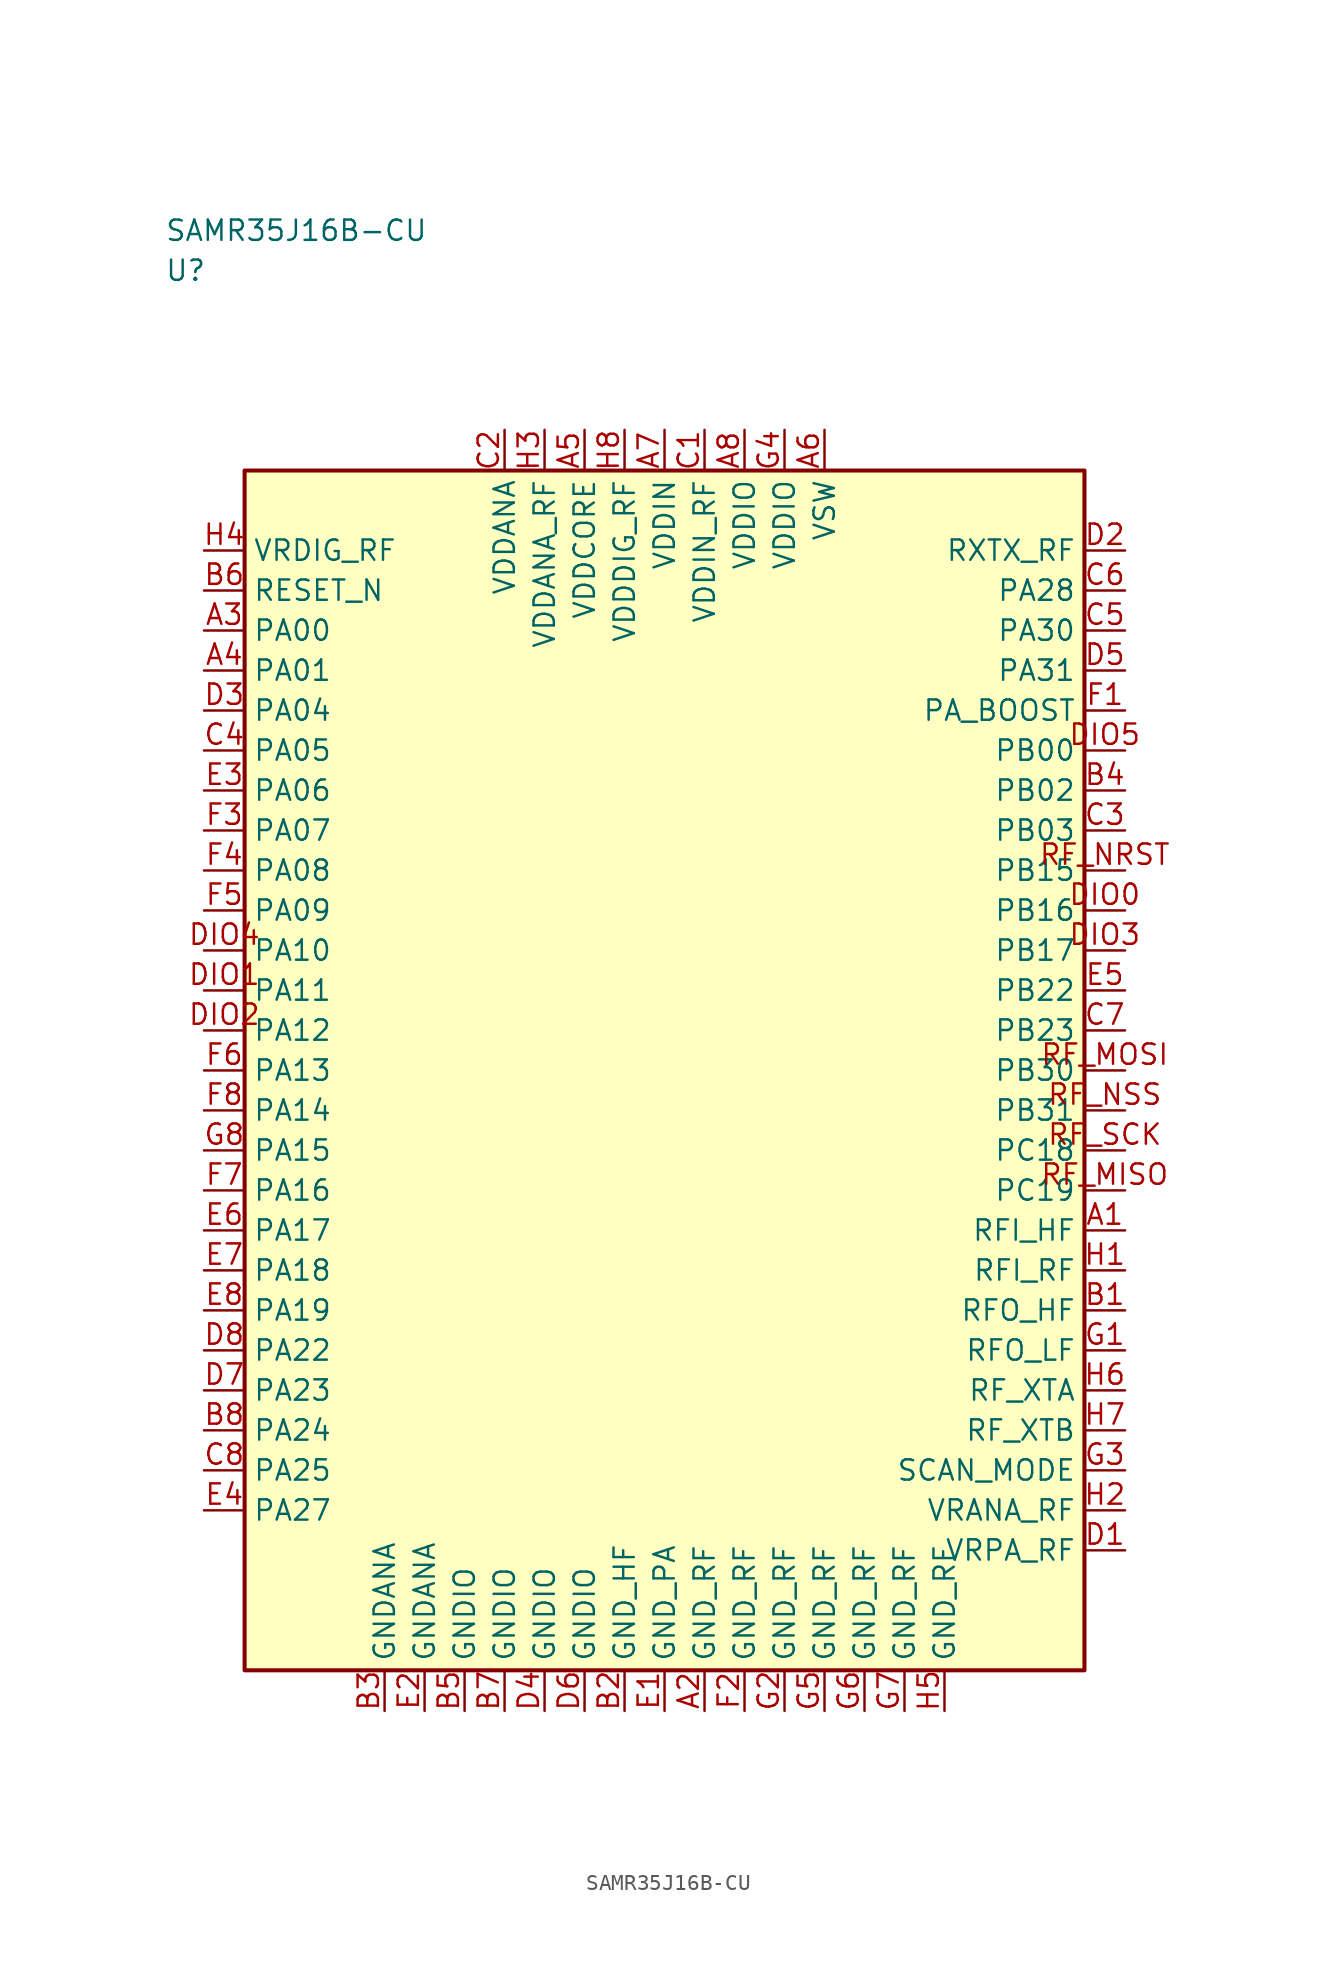
<source format=kicad_sym>
(kicad_symbol_lib
  (version 20241025)
  (generator "kicad_symbol_editor")
  (generator_version "8.0")
  (symbol "SAMR35J16B-CU"
    (property "Reference" "U"
      (at -31.25 50.0 0)
      (effects (font (size 1.27 1.27)) (justify left)))
    (property "Value" "SAMR35J16B-CU"
      (at -31.25 52.5 0)
      (effects (font (size 1.27 1.27)) (justify left)))
    (symbol "SAMR35J16B-CU_0_1"
      (rectangle (start -26.25 37.5) (end 26.25 -37.5) (stroke (width 0.254) (type default)) (fill (type background))))
    (symbol "SAMR35J16B-CU_1_1"
      (pin bidirectional line (at 28.79 10.0 180.0) (length 2.54) (name "PB16" (effects (font (size 1.27 1.27)))) (number "DIO0" (effects (font (size 1.27 1.27)))))
      (pin bidirectional line (at -28.79 5.0 0.0) (length 2.54) (name "PA11" (effects (font (size 1.27 1.27)))) (number "DIO1" (effects (font (size 1.27 1.27)))))
      (pin bidirectional line (at -28.79 2.5 0.0) (length 2.54) (name "PA12" (effects (font (size 1.27 1.27)))) (number "DIO2" (effects (font (size 1.27 1.27)))))
      (pin bidirectional line (at 28.79 7.5 180.0) (length 2.54) (name "PB17" (effects (font (size 1.27 1.27)))) (number "DIO3" (effects (font (size 1.27 1.27)))))
      (pin bidirectional line (at -28.79 7.5 0.0) (length 2.54) (name "PA10" (effects (font (size 1.27 1.27)))) (number "DIO4" (effects (font (size 1.27 1.27)))))
      (pin bidirectional line (at 28.79 20.0 180.0) (length 2.54) (name "PB00" (effects (font (size 1.27 1.27)))) (number "DIO5" (effects (font (size 1.27 1.27)))))
      (pin bidirectional line (at 28.79 -7.5 180.0) (length 2.54) (name "PC19" (effects (font (size 1.27 1.27)))) (number "RF_MISO" (effects (font (size 1.27 1.27)))))
      (pin bidirectional line (at 28.79 0.0 180.0) (length 2.54) (name "PB30" (effects (font (size 1.27 1.27)))) (number "RF_MOSI" (effects (font (size 1.27 1.27)))))
      (pin bidirectional line (at 28.79 12.5 180.0) (length 2.54) (name "PB15" (effects (font (size 1.27 1.27)))) (number "RF_NRST" (effects (font (size 1.27 1.27)))))
      (pin bidirectional line (at 28.79 -2.5 180.0) (length 2.54) (name "PB31" (effects (font (size 1.27 1.27)))) (number "RF_NSS" (effects (font (size 1.27 1.27)))))
      (pin bidirectional line (at 28.79 -5.0 180.0) (length 2.54) (name "PC18" (effects (font (size 1.27 1.27)))) (number "RF_SCK" (effects (font (size 1.27 1.27)))))
      (pin bidirectional line (at 28.79 -10.0 180.0) (length 2.54) (name "RFI_HF" (effects (font (size 1.27 1.27)))) (number "A1" (effects (font (size 1.27 1.27)))))
      (pin passive line (at 2.5 -40.04 90.0) (length 2.54) (name "GND_RF" (effects (font (size 1.27 1.27)))) (number "A2" (effects (font (size 1.27 1.27)))))
      (pin bidirectional line (at -28.79 27.5 0.0) (length 2.54) (name "PA00" (effects (font (size 1.27 1.27)))) (number "A3" (effects (font (size 1.27 1.27)))))
      (pin bidirectional line (at -28.79 25.0 0.0) (length 2.54) (name "PA01" (effects (font (size 1.27 1.27)))) (number "A4" (effects (font (size 1.27 1.27)))))
      (pin power_in line (at -5.0 40.04 270.0) (length 2.54) (name "VDDCORE" (effects (font (size 1.27 1.27)))) (number "A5" (effects (font (size 1.27 1.27)))))
      (pin power_in line (at 10.0 40.04 270.0) (length 2.54) (name "VSW" (effects (font (size 1.27 1.27)))) (number "A6" (effects (font (size 1.27 1.27)))))
      (pin power_in line (at 0.0 40.04 270.0) (length 2.54) (name "VDDIN" (effects (font (size 1.27 1.27)))) (number "A7" (effects (font (size 1.27 1.27)))))
      (pin power_in line (at 5.0 40.04 270.0) (length 2.54) (name "VDDIO" (effects (font (size 1.27 1.27)))) (number "A8" (effects (font (size 1.27 1.27)))))
      (pin bidirectional line (at 28.79 -15.0 180.0) (length 2.54) (name "RFO_HF" (effects (font (size 1.27 1.27)))) (number "B1" (effects (font (size 1.27 1.27)))))
      (pin passive line (at -2.5 -40.04 90.0) (length 2.54) (name "GND_HF" (effects (font (size 1.27 1.27)))) (number "B2" (effects (font (size 1.27 1.27)))))
      (pin passive line (at -17.5 -40.04 90.0) (length 2.54) (name "GNDANA" (effects (font (size 1.27 1.27)))) (number "B3" (effects (font (size 1.27 1.27)))))
      (pin bidirectional line (at 28.79 17.5 180.0) (length 2.54) (name "PB02" (effects (font (size 1.27 1.27)))) (number "B4" (effects (font (size 1.27 1.27)))))
      (pin passive line (at -12.5 -40.04 90.0) (length 2.54) (name "GNDIO" (effects (font (size 1.27 1.27)))) (number "B5" (effects (font (size 1.27 1.27)))))
      (pin input line (at -28.79 30.0 0.0) (length 2.54) (name "RESET_N" (effects (font (size 1.27 1.27)))) (number "B6" (effects (font (size 1.27 1.27)))))
      (pin passive line (at -10.0 -40.04 90.0) (length 2.54) (name "GNDIO" (effects (font (size 1.27 1.27)))) (number "B7" (effects (font (size 1.27 1.27)))))
      (pin bidirectional line (at -28.79 -22.5 0.0) (length 2.54) (name "PA24" (effects (font (size 1.27 1.27)))) (number "B8" (effects (font (size 1.27 1.27)))))
      (pin power_in line (at 2.5 40.04 270.0) (length 2.54) (name "VDDIN_RF" (effects (font (size 1.27 1.27)))) (number "C1" (effects (font (size 1.27 1.27)))))
      (pin power_in line (at -10.0 40.04 270.0) (length 2.54) (name "VDDANA" (effects (font (size 1.27 1.27)))) (number "C2" (effects (font (size 1.27 1.27)))))
      (pin bidirectional line (at 28.79 15.0 180.0) (length 2.54) (name "PB03" (effects (font (size 1.27 1.27)))) (number "C3" (effects (font (size 1.27 1.27)))))
      (pin bidirectional line (at -28.79 20.0 0.0) (length 2.54) (name "PA05" (effects (font (size 1.27 1.27)))) (number "C4" (effects (font (size 1.27 1.27)))))
      (pin bidirectional line (at 28.79 27.5 180.0) (length 2.54) (name "PA30" (effects (font (size 1.27 1.27)))) (number "C5" (effects (font (size 1.27 1.27)))))
      (pin bidirectional line (at 28.79 30.0 180.0) (length 2.54) (name "PA28" (effects (font (size 1.27 1.27)))) (number "C6" (effects (font (size 1.27 1.27)))))
      (pin bidirectional line (at 28.79 2.5 180.0) (length 2.54) (name "PB23" (effects (font (size 1.27 1.27)))) (number "C7" (effects (font (size 1.27 1.27)))))
      (pin bidirectional line (at -28.79 -25.0 0.0) (length 2.54) (name "PA25" (effects (font (size 1.27 1.27)))) (number "C8" (effects (font (size 1.27 1.27)))))
      (pin bidirectional line (at 28.79 -30.0 180.0) (length 2.54) (name "VRPA_RF" (effects (font (size 1.27 1.27)))) (number "D1" (effects (font (size 1.27 1.27)))))
      (pin output line (at 28.79 32.5 180.0) (length 2.54) (name "RXTX_RF" (effects (font (size 1.27 1.27)))) (number "D2" (effects (font (size 1.27 1.27)))))
      (pin bidirectional line (at -28.79 22.5 0.0) (length 2.54) (name "PA04" (effects (font (size 1.27 1.27)))) (number "D3" (effects (font (size 1.27 1.27)))))
      (pin passive line (at -7.5 -40.04 90.0) (length 2.54) (name "GNDIO" (effects (font (size 1.27 1.27)))) (number "D4" (effects (font (size 1.27 1.27)))))
      (pin bidirectional line (at 28.79 25.0 180.0) (length 2.54) (name "PA31" (effects (font (size 1.27 1.27)))) (number "D5" (effects (font (size 1.27 1.27)))))
      (pin passive line (at -5.0 -40.04 90.0) (length 2.54) (name "GNDIO" (effects (font (size 1.27 1.27)))) (number "D6" (effects (font (size 1.27 1.27)))))
      (pin bidirectional line (at -28.79 -20.0 0.0) (length 2.54) (name "PA23" (effects (font (size 1.27 1.27)))) (number "D7" (effects (font (size 1.27 1.27)))))
      (pin bidirectional line (at -28.79 -17.5 0.0) (length 2.54) (name "PA22" (effects (font (size 1.27 1.27)))) (number "D8" (effects (font (size 1.27 1.27)))))
      (pin passive line (at 0.0 -40.04 90.0) (length 2.54) (name "GND_PA" (effects (font (size 1.27 1.27)))) (number "E1" (effects (font (size 1.27 1.27)))))
      (pin passive line (at -15.0 -40.04 90.0) (length 2.54) (name "GNDANA" (effects (font (size 1.27 1.27)))) (number "E2" (effects (font (size 1.27 1.27)))))
      (pin bidirectional line (at -28.79 17.5 0.0) (length 2.54) (name "PA06" (effects (font (size 1.27 1.27)))) (number "E3" (effects (font (size 1.27 1.27)))))
      (pin bidirectional line (at -28.79 -27.5 0.0) (length 2.54) (name "PA27" (effects (font (size 1.27 1.27)))) (number "E4" (effects (font (size 1.27 1.27)))))
      (pin bidirectional line (at 28.79 5.0 180.0) (length 2.54) (name "PB22" (effects (font (size 1.27 1.27)))) (number "E5" (effects (font (size 1.27 1.27)))))
      (pin bidirectional line (at -28.79 -10.0 0.0) (length 2.54) (name "PA17" (effects (font (size 1.27 1.27)))) (number "E6" (effects (font (size 1.27 1.27)))))
      (pin bidirectional line (at -28.79 -12.5 0.0) (length 2.54) (name "PA18" (effects (font (size 1.27 1.27)))) (number "E7" (effects (font (size 1.27 1.27)))))
      (pin bidirectional line (at -28.79 -15.0 0.0) (length 2.54) (name "PA19" (effects (font (size 1.27 1.27)))) (number "E8" (effects (font (size 1.27 1.27)))))
      (pin bidirectional line (at 28.79 22.5 180.0) (length 2.54) (name "PA_BOOST" (effects (font (size 1.27 1.27)))) (number "F1" (effects (font (size 1.27 1.27)))))
      (pin passive line (at 5.0 -40.04 90.0) (length 2.54) (name "GND_RF" (effects (font (size 1.27 1.27)))) (number "F2" (effects (font (size 1.27 1.27)))))
      (pin bidirectional line (at -28.79 15.0 0.0) (length 2.54) (name "PA07" (effects (font (size 1.27 1.27)))) (number "F3" (effects (font (size 1.27 1.27)))))
      (pin bidirectional line (at -28.79 12.5 0.0) (length 2.54) (name "PA08" (effects (font (size 1.27 1.27)))) (number "F4" (effects (font (size 1.27 1.27)))))
      (pin bidirectional line (at -28.79 10.0 0.0) (length 2.54) (name "PA09" (effects (font (size 1.27 1.27)))) (number "F5" (effects (font (size 1.27 1.27)))))
      (pin bidirectional line (at -28.79 0.0 0.0) (length 2.54) (name "PA13" (effects (font (size 1.27 1.27)))) (number "F6" (effects (font (size 1.27 1.27)))))
      (pin bidirectional line (at -28.79 -7.5 0.0) (length 2.54) (name "PA16" (effects (font (size 1.27 1.27)))) (number "F7" (effects (font (size 1.27 1.27)))))
      (pin bidirectional line (at -28.79 -2.5 0.0) (length 2.54) (name "PA14" (effects (font (size 1.27 1.27)))) (number "F8" (effects (font (size 1.27 1.27)))))
      (pin bidirectional line (at 28.79 -17.5 180.0) (length 2.54) (name "RFO_LF" (effects (font (size 1.27 1.27)))) (number "G1" (effects (font (size 1.27 1.27)))))
      (pin passive line (at 7.5 -40.04 90.0) (length 2.54) (name "GND_RF" (effects (font (size 1.27 1.27)))) (number "G2" (effects (font (size 1.27 1.27)))))
      (pin bidirectional line (at 28.79 -25.0 180.0) (length 2.54) (name "SCAN_MODE" (effects (font (size 1.27 1.27)))) (number "G3" (effects (font (size 1.27 1.27)))))
      (pin power_in line (at 7.5 40.04 270.0) (length 2.54) (name "VDDIO" (effects (font (size 1.27 1.27)))) (number "G4" (effects (font (size 1.27 1.27)))))
      (pin passive line (at 10.0 -40.04 90.0) (length 2.54) (name "GND_RF" (effects (font (size 1.27 1.27)))) (number "G5" (effects (font (size 1.27 1.27)))))
      (pin passive line (at 12.5 -40.04 90.0) (length 2.54) (name "GND_RF" (effects (font (size 1.27 1.27)))) (number "G6" (effects (font (size 1.27 1.27)))))
      (pin passive line (at 15.0 -40.04 90.0) (length 2.54) (name "GND_RF" (effects (font (size 1.27 1.27)))) (number "G7" (effects (font (size 1.27 1.27)))))
      (pin bidirectional line (at -28.79 -5.0 0.0) (length 2.54) (name "PA15" (effects (font (size 1.27 1.27)))) (number "G8" (effects (font (size 1.27 1.27)))))
      (pin bidirectional line (at 28.79 -12.5 180.0) (length 2.54) (name "RFI_RF" (effects (font (size 1.27 1.27)))) (number "H1" (effects (font (size 1.27 1.27)))))
      (pin bidirectional line (at 28.79 -27.5 180.0) (length 2.54) (name "VRANA_RF" (effects (font (size 1.27 1.27)))) (number "H2" (effects (font (size 1.27 1.27)))))
      (pin power_in line (at -7.5 40.04 270.0) (length 2.54) (name "VDDANA_RF" (effects (font (size 1.27 1.27)))) (number "H3" (effects (font (size 1.27 1.27)))))
      (pin input line (at -28.79 32.5 0.0) (length 2.54) (name "VRDIG_RF" (effects (font (size 1.27 1.27)))) (number "H4" (effects (font (size 1.27 1.27)))))
      (pin passive line (at 17.5 -40.04 90.0) (length 2.54) (name "GND_RF" (effects (font (size 1.27 1.27)))) (number "H5" (effects (font (size 1.27 1.27)))))
      (pin bidirectional line (at 28.79 -20.0 180.0) (length 2.54) (name "RF_XTA" (effects (font (size 1.27 1.27)))) (number "H6" (effects (font (size 1.27 1.27)))))
      (pin bidirectional line (at 28.79 -22.5 180.0) (length 2.54) (name "RF_XTB" (effects (font (size 1.27 1.27)))) (number "H7" (effects (font (size 1.27 1.27)))))
      (pin power_in line (at -2.5 40.04 270.0) (length 2.54) (name "VDDDIG_RF" (effects (font (size 1.27 1.27)))) (number "H8" (effects (font (size 1.27 1.27))))))))
</source>
